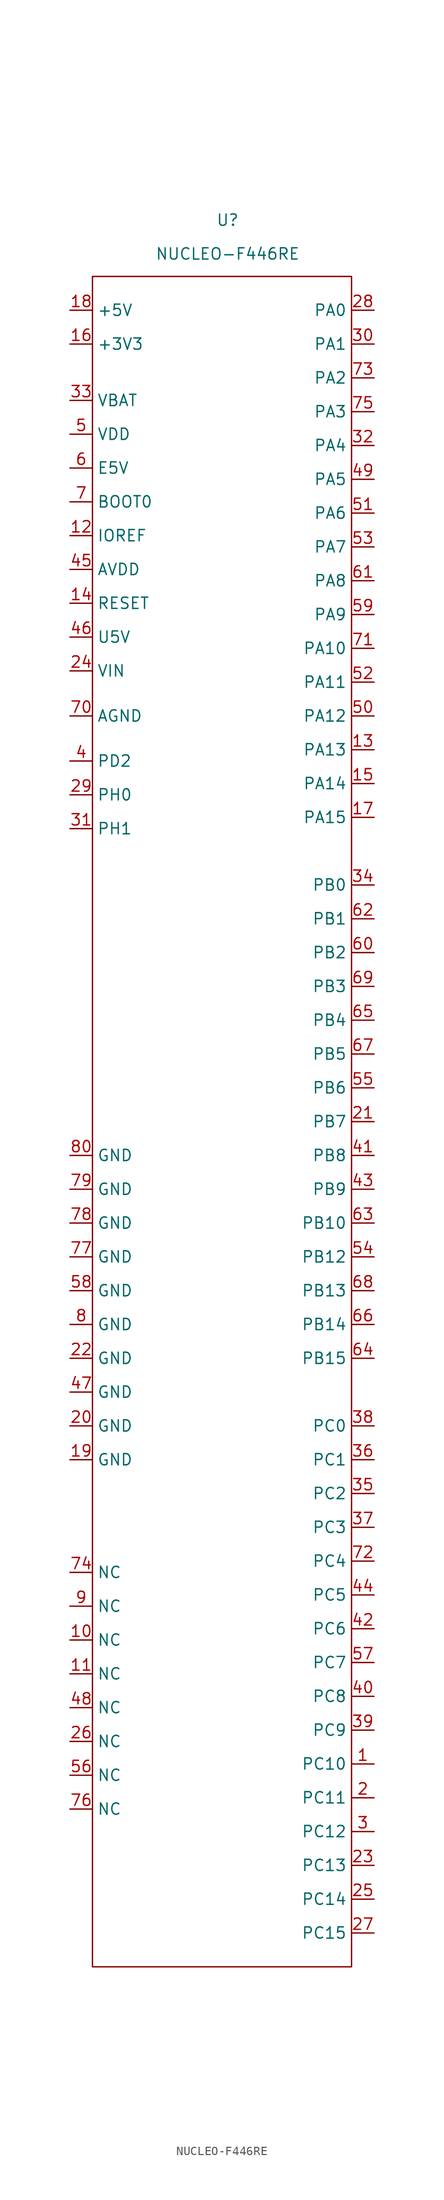
<source format=kicad_sym>
(kicad_symbol_lib
  (version 20211014)
  (generator kicad_symbol_editor)
  (symbol "NUCLEO-F446RE"
    (property "Reference" "U"
      (at 0 3.81 0)
      (effects (font (size 1.27 1.27))))
    (property "Value" "NUCLEO-F446RE"
      (at 0 0 0)
      (effects (font (size 1.27 1.27))))
    (symbol "NUCLEO-F446RE_0_0"
      (pin input line (at -17.78 -64.77 0) (length 2.54) (name "PH1" (effects (font (size 1.27 1.27)))) (number "31" (effects (font (size 1.27 1.27)))))
      (pin input line (at 16.51 -21.59 180) (length 2.54) (name "PA4" (effects (font (size 1.27 1.27)))) (number "32" (effects (font (size 1.27 1.27)))))
      (pin input line (at -17.78 -16.51 0) (length 2.54) (name "VBAT" (effects (font (size 1.27 1.27)))) (number "33" (effects (font (size 1.27 1.27)))))
      (pin input line (at 16.51 -71.12 180) (length 2.54) (name "PB0" (effects (font (size 1.27 1.27)))) (number "34" (effects (font (size 1.27 1.27)))))
      (pin input line (at 16.51 -139.7 180) (length 2.54) (name "PC2" (effects (font (size 1.27 1.27)))) (number "35" (effects (font (size 1.27 1.27)))))
      (pin input line (at 16.51 -135.89 180) (length 2.54) (name "PC1" (effects (font (size 1.27 1.27)))) (number "36" (effects (font (size 1.27 1.27)))))
      (pin input line (at 16.51 -143.51 180) (length 2.54) (name "PC3" (effects (font (size 1.27 1.27)))) (number "37" (effects (font (size 1.27 1.27)))))
      (pin input line (at 16.51 -132.08 180) (length 2.54) (name "PC0" (effects (font (size 1.27 1.27)))) (number "38" (effects (font (size 1.27 1.27)))))
      (pin input line (at 16.51 -166.37 180) (length 2.54) (name "PC9" (effects (font (size 1.27 1.27)))) (number "39" (effects (font (size 1.27 1.27)))))
      (pin input line (at 16.51 -162.56 180) (length 2.54) (name "PC8" (effects (font (size 1.27 1.27)))) (number "40" (effects (font (size 1.27 1.27)))))
      (pin input line (at 16.51 -101.6 180) (length 2.54) (name "PB8" (effects (font (size 1.27 1.27)))) (number "41" (effects (font (size 1.27 1.27)))))
      (pin input line (at 16.51 -154.94 180) (length 2.54) (name "PC6" (effects (font (size 1.27 1.27)))) (number "42" (effects (font (size 1.27 1.27)))))
      (pin input line (at 16.51 -105.41 180) (length 2.54) (name "PB9" (effects (font (size 1.27 1.27)))) (number "43" (effects (font (size 1.27 1.27)))))
      (pin input line (at 16.51 -151.13 180) (length 2.54) (name "PC5" (effects (font (size 1.27 1.27)))) (number "44" (effects (font (size 1.27 1.27)))))
      (pin input line (at -17.78 -35.56 0) (length 2.54) (name "AVDD" (effects (font (size 1.27 1.27)))) (number "45" (effects (font (size 1.27 1.27)))))
      (pin input line (at -17.78 -43.18 0) (length 2.54) (name "U5V" (effects (font (size 1.27 1.27)))) (number "46" (effects (font (size 1.27 1.27)))))
      (pin input line (at -17.78 -128.27 0) (length 2.54) (name "GND" (effects (font (size 1.27 1.27)))) (number "47" (effects (font (size 1.27 1.27)))))
      (pin input line (at -17.78 -163.83 0) (length 2.54) (name "NC" (effects (font (size 1.27 1.27)))) (number "48" (effects (font (size 1.27 1.27)))))
      (pin input line (at 16.51 -25.4 180) (length 2.54) (name "PA5" (effects (font (size 1.27 1.27)))) (number "49" (effects (font (size 1.27 1.27)))))
      (pin input line (at 16.51 -52.07 180) (length 2.54) (name "PA12" (effects (font (size 1.27 1.27)))) (number "50" (effects (font (size 1.27 1.27)))))
      (pin input line (at 16.51 -29.21 180) (length 2.54) (name "PA6" (effects (font (size 1.27 1.27)))) (number "51" (effects (font (size 1.27 1.27)))))
      (pin input line (at 16.51 -48.26 180) (length 2.54) (name "PA11" (effects (font (size 1.27 1.27)))) (number "52" (effects (font (size 1.27 1.27)))))
      (pin input line (at 16.51 -33.02 180) (length 2.54) (name "PA7" (effects (font (size 1.27 1.27)))) (number "53" (effects (font (size 1.27 1.27)))))
      (pin input line (at 16.51 -113.03 180) (length 2.54) (name "PB12" (effects (font (size 1.27 1.27)))) (number "54" (effects (font (size 1.27 1.27)))))
      (pin input line (at 16.51 -93.98 180) (length 2.54) (name "PB6" (effects (font (size 1.27 1.27)))) (number "55" (effects (font (size 1.27 1.27)))))
      (pin input line (at -17.78 -171.45 0) (length 2.54) (name "NC" (effects (font (size 1.27 1.27)))) (number "56" (effects (font (size 1.27 1.27)))))
      (pin input line (at 16.51 -158.75 180) (length 2.54) (name "PC7" (effects (font (size 1.27 1.27)))) (number "57" (effects (font (size 1.27 1.27)))))
      (pin input line (at -17.78 -116.84 0) (length 2.54) (name "GND" (effects (font (size 1.27 1.27)))) (number "58" (effects (font (size 1.27 1.27)))))
      (pin input line (at 16.51 -40.64 180) (length 2.54) (name "PA9" (effects (font (size 1.27 1.27)))) (number "59" (effects (font (size 1.27 1.27)))))
      (pin input line (at 16.51 -78.74 180) (length 2.54) (name "PB2" (effects (font (size 1.27 1.27)))) (number "60" (effects (font (size 1.27 1.27)))))
      (pin input line (at 16.51 -36.83 180) (length 2.54) (name "PA8" (effects (font (size 1.27 1.27)))) (number "61" (effects (font (size 1.27 1.27)))))
      (pin input line (at 16.51 -74.93 180) (length 2.54) (name "PB1" (effects (font (size 1.27 1.27)))) (number "62" (effects (font (size 1.27 1.27)))))
      (pin input line (at 16.51 -109.22 180) (length 2.54) (name "PB10" (effects (font (size 1.27 1.27)))) (number "63" (effects (font (size 1.27 1.27)))))
      (pin input line (at 16.51 -124.46 180) (length 2.54) (name "PB15" (effects (font (size 1.27 1.27)))) (number "64" (effects (font (size 1.27 1.27)))))
      (pin input line (at 16.51 -86.36 180) (length 2.54) (name "PB4" (effects (font (size 1.27 1.27)))) (number "65" (effects (font (size 1.27 1.27)))))
      (pin input line (at 16.51 -120.65 180) (length 2.54) (name "PB14" (effects (font (size 1.27 1.27)))) (number "66" (effects (font (size 1.27 1.27)))))
      (pin input line (at 16.51 -90.17 180) (length 2.54) (name "PB5" (effects (font (size 1.27 1.27)))) (number "67" (effects (font (size 1.27 1.27)))))
      (pin input line (at 16.51 -116.84 180) (length 2.54) (name "PB13" (effects (font (size 1.27 1.27)))) (number "68" (effects (font (size 1.27 1.27)))))
      (pin input line (at 16.51 -82.55 180) (length 2.54) (name "PB3" (effects (font (size 1.27 1.27)))) (number "69" (effects (font (size 1.27 1.27)))))
      (pin input line (at -17.78 -52.07 0) (length 2.54) (name "AGND" (effects (font (size 1.27 1.27)))) (number "70" (effects (font (size 1.27 1.27)))))
      (pin input line (at 16.51 -44.45 180) (length 2.54) (name "PA10" (effects (font (size 1.27 1.27)))) (number "71" (effects (font (size 1.27 1.27)))))
      (pin input line (at 16.51 -147.32 180) (length 2.54) (name "PC4" (effects (font (size 1.27 1.27)))) (number "72" (effects (font (size 1.27 1.27)))))
      (pin input line (at 16.51 -13.97 180) (length 2.54) (name "PA2" (effects (font (size 1.27 1.27)))) (number "73" (effects (font (size 1.27 1.27)))))
      (pin input line (at -17.78 -148.59 0) (length 2.54) (name "NC" (effects (font (size 1.27 1.27)))) (number "74" (effects (font (size 1.27 1.27)))))
      (pin input line (at 16.51 -17.78 180) (length 2.54) (name "PA3" (effects (font (size 1.27 1.27)))) (number "75" (effects (font (size 1.27 1.27)))))
      (pin input line (at -17.78 -175.26 0) (length 2.54) (name "NC" (effects (font (size 1.27 1.27)))) (number "76" (effects (font (size 1.27 1.27)))))
      (pin input line (at -17.78 -113.03 0) (length 2.54) (name "GND" (effects (font (size 1.27 1.27)))) (number "77" (effects (font (size 1.27 1.27)))))
      (pin input line (at -17.78 -109.22 0) (length 2.54) (name "GND" (effects (font (size 1.27 1.27)))) (number "78" (effects (font (size 1.27 1.27)))))
      (pin input line (at -17.78 -105.41 0) (length 2.54) (name "GND" (effects (font (size 1.27 1.27)))) (number "79" (effects (font (size 1.27 1.27)))))
      (pin input line (at -17.78 -101.6 0) (length 2.54) (name "GND" (effects (font (size 1.27 1.27)))) (number "80" (effects (font (size 1.27 1.27))))))
    (symbol "NUCLEO-F446RE_0_1"
      (rectangle (start -15.24 -2.54) (end 13.97 -193.04) (stroke (width 0) (type default) (color 0 0 0 0)) (fill (type none))))
    (symbol "NUCLEO-F446RE_1_1"
      (pin input line (at 16.51 -170.18 180) (length 2.54) (name "PC10" (effects (font (size 1.27 1.27)))) (number "1" (effects (font (size 1.27 1.27)))))
      (pin input line (at -17.78 -156.21 0) (length 2.54) (name "NC" (effects (font (size 1.27 1.27)))) (number "10" (effects (font (size 1.27 1.27)))))
      (pin input line (at -17.78 -160.02 0) (length 2.54) (name "NC" (effects (font (size 1.27 1.27)))) (number "11" (effects (font (size 1.27 1.27)))))
      (pin input line (at -17.78 -31.75 0) (length 2.54) (name "IOREF" (effects (font (size 1.27 1.27)))) (number "12" (effects (font (size 1.27 1.27)))))
      (pin input line (at 16.51 -55.88 180) (length 2.54) (name "PA13" (effects (font (size 1.27 1.27)))) (number "13" (effects (font (size 1.27 1.27)))))
      (pin input line (at -17.78 -39.37 0) (length 2.54) (name "RESET" (effects (font (size 1.27 1.27)))) (number "14" (effects (font (size 1.27 1.27)))))
      (pin input line (at 16.51 -59.69 180) (length 2.54) (name "PA14" (effects (font (size 1.27 1.27)))) (number "15" (effects (font (size 1.27 1.27)))))
      (pin input line (at -17.78 -10.16 0) (length 2.54) (name "+3V3" (effects (font (size 1.27 1.27)))) (number "16" (effects (font (size 1.27 1.27)))))
      (pin input line (at 16.51 -63.5 180) (length 2.54) (name "PA15" (effects (font (size 1.27 1.27)))) (number "17" (effects (font (size 1.27 1.27)))))
      (pin input line (at -17.78 -6.35 0) (length 2.54) (name "+5V" (effects (font (size 1.27 1.27)))) (number "18" (effects (font (size 1.27 1.27)))))
      (pin input line (at -17.78 -135.89 0) (length 2.54) (name "GND" (effects (font (size 1.27 1.27)))) (number "19" (effects (font (size 1.27 1.27)))))
      (pin input line (at 16.51 -173.99 180) (length 2.54) (name "PC11" (effects (font (size 1.27 1.27)))) (number "2" (effects (font (size 1.27 1.27)))))
      (pin input line (at -17.78 -132.08 0) (length 2.54) (name "GND" (effects (font (size 1.27 1.27)))) (number "20" (effects (font (size 1.27 1.27)))))
      (pin input line (at 16.51 -97.79 180) (length 2.54) (name "PB7" (effects (font (size 1.27 1.27)))) (number "21" (effects (font (size 1.27 1.27)))))
      (pin input line (at -17.78 -124.46 0) (length 2.54) (name "GND" (effects (font (size 1.27 1.27)))) (number "22" (effects (font (size 1.27 1.27)))))
      (pin input line (at 16.51 -181.61 180) (length 2.54) (name "PC13" (effects (font (size 1.27 1.27)))) (number "23" (effects (font (size 1.27 1.27)))))
      (pin input line (at -17.78 -46.99 0) (length 2.54) (name "VIN" (effects (font (size 1.27 1.27)))) (number "24" (effects (font (size 1.27 1.27)))))
      (pin input line (at 16.51 -185.42 180) (length 2.54) (name "PC14" (effects (font (size 1.27 1.27)))) (number "25" (effects (font (size 1.27 1.27)))))
      (pin input line (at -17.78 -167.64 0) (length 2.54) (name "NC" (effects (font (size 1.27 1.27)))) (number "26" (effects (font (size 1.27 1.27)))))
      (pin input line (at 16.51 -189.23 180) (length 2.54) (name "PC15" (effects (font (size 1.27 1.27)))) (number "27" (effects (font (size 1.27 1.27)))))
      (pin input line (at 16.51 -6.35 180) (length 2.54) (name "PA0" (effects (font (size 1.27 1.27)))) (number "28" (effects (font (size 1.27 1.27)))))
      (pin input line (at -17.78 -60.96 0) (length 2.54) (name "PH0" (effects (font (size 1.27 1.27)))) (number "29" (effects (font (size 1.27 1.27)))))
      (pin input line (at 16.51 -177.8 180) (length 2.54) (name "PC12" (effects (font (size 1.27 1.27)))) (number "3" (effects (font (size 1.27 1.27)))))
      (pin input line (at 16.51 -10.16 180) (length 2.54) (name "PA1" (effects (font (size 1.27 1.27)))) (number "30" (effects (font (size 1.27 1.27)))))
      (pin input line (at -17.78 -57.15 0) (length 2.54) (name "PD2" (effects (font (size 1.27 1.27)))) (number "4" (effects (font (size 1.27 1.27)))))
      (pin input line (at -17.78 -20.32 0) (length 2.54) (name "VDD" (effects (font (size 1.27 1.27)))) (number "5" (effects (font (size 1.27 1.27)))))
      (pin input line (at -17.78 -24.13 0) (length 2.54) (name "E5V" (effects (font (size 1.27 1.27)))) (number "6" (effects (font (size 1.27 1.27)))))
      (pin input line (at -17.78 -27.94 0) (length 2.54) (name "BOOT0" (effects (font (size 1.27 1.27)))) (number "7" (effects (font (size 1.27 1.27)))))
      (pin input line (at -17.78 -120.65 0) (length 2.54) (name "GND" (effects (font (size 1.27 1.27)))) (number "8" (effects (font (size 1.27 1.27)))))
      (pin input line (at -17.78 -152.4 0) (length 2.54) (name "NC" (effects (font (size 1.27 1.27)))) (number "9" (effects (font (size 1.27 1.27))))))))
</source>
